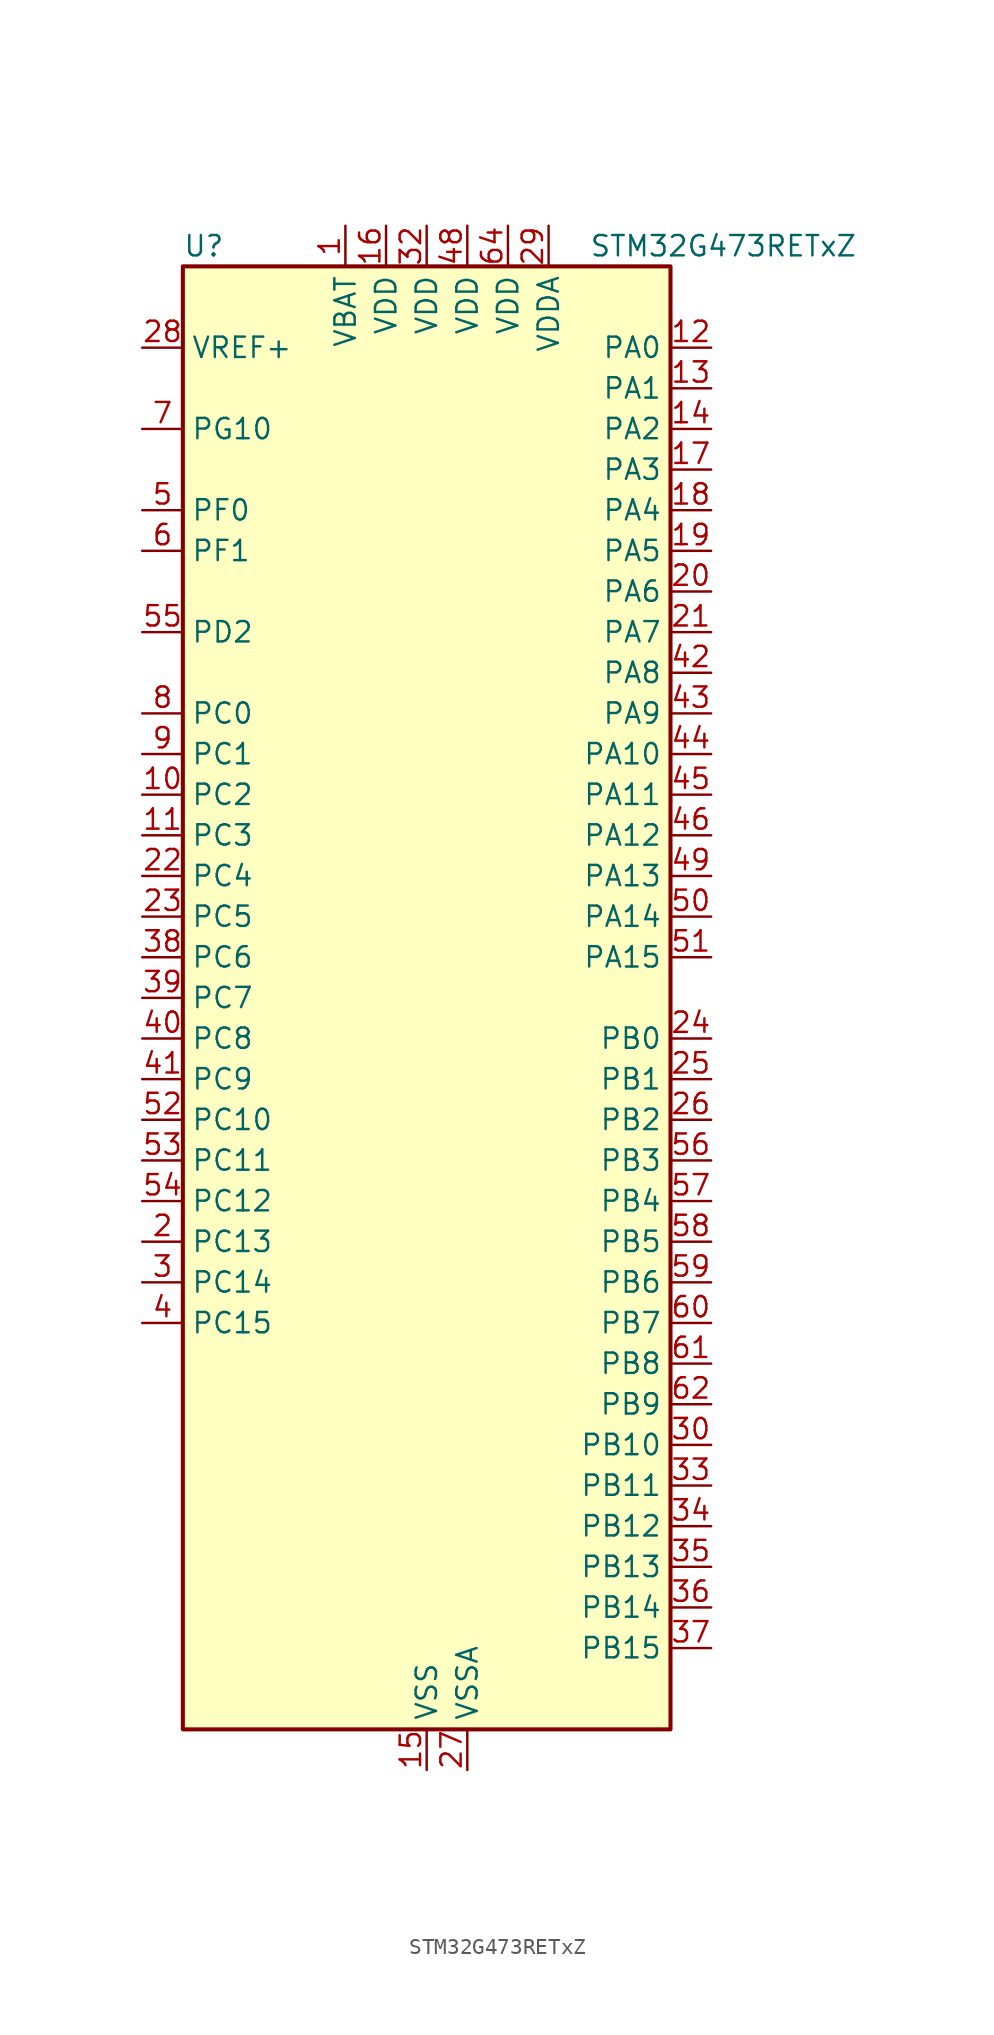
<source format=kicad_sym>
(kicad_symbol_lib
  (version 20241209)
  (generator "kicad_symbol_editor")
  (generator_version "9.0")
  (symbol "STM32G473RETxZ"
    (property "Reference" "U"
      (at -15.24 46.99 0)
      (effects (font (size 1.27 1.27)) (justify left)))
    (property "Value" "STM32G473RETxZ"
      (at 10.16 46.99 0)
      (effects (font (size 1.27 1.27)) (justify left)))
    (symbol "STM32G473RETxZ_0_1"
      (rectangle (start -15.24 -45.72) (end 15.24 45.72) (stroke (width 0.254) (type default)) (fill (type background))))
    (symbol "STM32G473RETxZ_1_1"
      (pin input line (at -17.78 40.64 0) (length 2.54) (name "VREF+" (effects (font (size 1.27 1.27)))) (number "28" (effects (font (size 1.27 1.27)))) (alternate "VREFBUF_OUT" bidirectional line))
      (pin bidirectional line (at -17.78 35.56 0) (length 2.54) (name "PG10" (effects (font (size 1.27 1.27)))) (number "7" (effects (font (size 1.27 1.27)))) (alternate "DAC1_EXTI10" bidirectional line) (alternate "DAC2_EXTI10" bidirectional line) (alternate "DAC3_EXTI10" bidirectional line) (alternate "DAC4_EXTI10" bidirectional line) (alternate "RCC_MCO" bidirectional line))
      (pin bidirectional line (at -17.78 30.48 0) (length 2.54) (name "PF0" (effects (font (size 1.27 1.27)))) (number "5" (effects (font (size 1.27 1.27)))) (alternate "ADC1_IN10" bidirectional line) (alternate "I2C2_SDA" bidirectional line) (alternate "I2S2_WS" bidirectional line) (alternate "RCC_OSC_IN" bidirectional line) (alternate "SPI2_NSS" bidirectional line) (alternate "TIM1_CH3N" bidirectional line))
      (pin bidirectional line (at -17.78 27.94 0) (length 2.54) (name "PF1" (effects (font (size 1.27 1.27)))) (number "6" (effects (font (size 1.27 1.27)))) (alternate "ADC2_IN10" bidirectional line) (alternate "COMP3_INM" bidirectional line) (alternate "I2S2_CK" bidirectional line) (alternate "RCC_OSC_OUT" bidirectional line) (alternate "SPI2_SCK" bidirectional line))
      (pin bidirectional line (at -17.78 22.86 0) (length 2.54) (name "PD2" (effects (font (size 1.27 1.27)))) (number "55" (effects (font (size 1.27 1.27)))) (alternate "ADC3_EXTI2" bidirectional line) (alternate "ADC4_EXTI2" bidirectional line) (alternate "ADC5_EXTI2" bidirectional line) (alternate "TIM3_ETR" bidirectional line) (alternate "TIM8_BKIN" bidirectional line) (alternate "UART5_RX" bidirectional line))
      (pin bidirectional line (at -17.78 17.78 0) (length 2.54) (name "PC0" (effects (font (size 1.27 1.27)))) (number "8" (effects (font (size 1.27 1.27)))) (alternate "ADC1_IN6" bidirectional line) (alternate "ADC2_IN6" bidirectional line) (alternate "COMP3_INM" bidirectional line) (alternate "LPTIM1_IN1" bidirectional line) (alternate "LPUART1_RX" bidirectional line) (alternate "TIM1_CH1" bidirectional line))
      (pin bidirectional line (at -17.78 15.24 0) (length 2.54) (name "PC1" (effects (font (size 1.27 1.27)))) (number "9" (effects (font (size 1.27 1.27)))) (alternate "ADC1_IN7" bidirectional line) (alternate "ADC2_IN7" bidirectional line) (alternate "COMP3_INP" bidirectional line) (alternate "LPTIM1_OUT" bidirectional line) (alternate "LPUART1_TX" bidirectional line) (alternate "QUADSPI1_BK2_IO0" bidirectional line) (alternate "SAI1_SD_A" bidirectional line) (alternate "TIM1_CH2" bidirectional line))
      (pin bidirectional line (at -17.78 12.7 0) (length 2.54) (name "PC2" (effects (font (size 1.27 1.27)))) (number "10" (effects (font (size 1.27 1.27)))) (alternate "ADC1_IN8" bidirectional line) (alternate "ADC2_IN8" bidirectional line) (alternate "ADC3_EXTI2" bidirectional line) (alternate "ADC4_EXTI2" bidirectional line) (alternate "ADC5_EXTI2" bidirectional line) (alternate "COMP3_OUT" bidirectional line) (alternate "LPTIM1_IN2" bidirectional line) (alternate "QUADSPI1_BK2_IO1" bidirectional line) (alternate "TIM1_CH3" bidirectional line) (alternate "TIM20_CH2" bidirectional line))
      (pin bidirectional line (at -17.78 10.16 0) (length 2.54) (name "PC3" (effects (font (size 1.27 1.27)))) (number "11" (effects (font (size 1.27 1.27)))) (alternate "ADC1_IN9" bidirectional line) (alternate "ADC2_IN9" bidirectional line) (alternate "ADC3_EXTI3" bidirectional line) (alternate "ADC4_EXTI3" bidirectional line) (alternate "ADC5_EXTI3" bidirectional line) (alternate "LPTIM1_ETR" bidirectional line) (alternate "OPAMP5_VINP" bidirectional line) (alternate "OPAMP5_VINP_SEC" bidirectional line) (alternate "QUADSPI1_BK2_IO2" bidirectional line) (alternate "SAI1_D1" bidirectional line) (alternate "SAI1_SD_A" bidirectional line) (alternate "TIM1_BKIN2" bidirectional line) (alternate "TIM1_CH4" bidirectional line))
      (pin bidirectional line (at -17.78 7.62 0) (length 2.54) (name "PC4" (effects (font (size 1.27 1.27)))) (number "22" (effects (font (size 1.27 1.27)))) (alternate "ADC2_IN5" bidirectional line) (alternate "I2C2_SCL" bidirectional line) (alternate "QUADSPI1_BK2_IO3" bidirectional line) (alternate "TIM1_ETR" bidirectional line) (alternate "USART1_TX" bidirectional line))
      (pin bidirectional line (at -17.78 5.08 0) (length 2.54) (name "PC5" (effects (font (size 1.27 1.27)))) (number "23" (effects (font (size 1.27 1.27)))) (alternate "ADC2_IN11" bidirectional line) (alternate "OPAMP1_VINM" bidirectional line) (alternate "OPAMP1_VINM1" bidirectional line) (alternate "OPAMP1_VINM_SEC" bidirectional line) (alternate "OPAMP2_VINM" bidirectional line) (alternate "OPAMP2_VINM1" bidirectional line) (alternate "OPAMP2_VINM_SEC" bidirectional line) (alternate "SAI1_D3" bidirectional line) (alternate "SYS_WKUP5" bidirectional line) (alternate "TIM15_BKIN" bidirectional line) (alternate "TIM1_CH4N" bidirectional line) (alternate "USART1_RX" bidirectional line))
      (pin bidirectional line (at -17.78 2.54 0) (length 2.54) (name "PC6" (effects (font (size 1.27 1.27)))) (number "38" (effects (font (size 1.27 1.27)))) (alternate "COMP6_OUT" bidirectional line) (alternate "I2C4_SCL" bidirectional line) (alternate "I2S2_MCK" bidirectional line) (alternate "TIM3_CH1" bidirectional line) (alternate "TIM8_CH1" bidirectional line))
      (pin bidirectional line (at -17.78 0 0) (length 2.54) (name "PC7" (effects (font (size 1.27 1.27)))) (number "39" (effects (font (size 1.27 1.27)))) (alternate "COMP5_OUT" bidirectional line) (alternate "I2C4_SDA" bidirectional line) (alternate "I2S3_MCK" bidirectional line) (alternate "TIM3_CH2" bidirectional line) (alternate "TIM8_CH2" bidirectional line))
      (pin bidirectional line (at -17.78 -2.54 0) (length 2.54) (name "PC8" (effects (font (size 1.27 1.27)))) (number "40" (effects (font (size 1.27 1.27)))) (alternate "COMP7_OUT" bidirectional line) (alternate "I2C3_SCL" bidirectional line) (alternate "TIM20_CH3" bidirectional line) (alternate "TIM3_CH3" bidirectional line) (alternate "TIM8_CH3" bidirectional line))
      (pin bidirectional line (at -17.78 -5.08 0) (length 2.54) (name "PC9" (effects (font (size 1.27 1.27)))) (number "41" (effects (font (size 1.27 1.27)))) (alternate "DAC1_EXTI9" bidirectional line) (alternate "DAC2_EXTI9" bidirectional line) (alternate "DAC3_EXTI9" bidirectional line) (alternate "DAC4_EXTI9" bidirectional line) (alternate "I2C3_SDA" bidirectional line) (alternate "I2S_CKIN" bidirectional line) (alternate "TIM3_CH4" bidirectional line) (alternate "TIM8_BKIN2" bidirectional line) (alternate "TIM8_CH4" bidirectional line))
      (pin bidirectional line (at -17.78 -7.62 0) (length 2.54) (name "PC10" (effects (font (size 1.27 1.27)))) (number "52" (effects (font (size 1.27 1.27)))) (alternate "DAC1_EXTI10" bidirectional line) (alternate "DAC2_EXTI10" bidirectional line) (alternate "DAC3_EXTI10" bidirectional line) (alternate "DAC4_EXTI10" bidirectional line) (alternate "I2S3_CK" bidirectional line) (alternate "SPI3_SCK" bidirectional line) (alternate "TIM8_CH1N" bidirectional line) (alternate "UART4_TX" bidirectional line) (alternate "USART3_TX" bidirectional line))
      (pin bidirectional line (at -17.78 -10.16 0) (length 2.54) (name "PC11" (effects (font (size 1.27 1.27)))) (number "53" (effects (font (size 1.27 1.27)))) (alternate "ADC1_EXTI11" bidirectional line) (alternate "ADC2_EXTI11" bidirectional line) (alternate "I2C3_SDA" bidirectional line) (alternate "SPI3_MISO" bidirectional line) (alternate "TIM8_CH2N" bidirectional line) (alternate "UART4_RX" bidirectional line) (alternate "USART3_RX" bidirectional line))
      (pin bidirectional line (at -17.78 -12.7 0) (length 2.54) (name "PC12" (effects (font (size 1.27 1.27)))) (number "54" (effects (font (size 1.27 1.27)))) (alternate "I2S3_SD" bidirectional line) (alternate "SPI3_MOSI" bidirectional line) (alternate "TIM5_CH2" bidirectional line) (alternate "TIM8_CH3N" bidirectional line) (alternate "UART5_TX" bidirectional line) (alternate "UCPD1_FRSTX1" bidirectional line) (alternate "UCPD1_FRSTX2" bidirectional line) (alternate "USART3_CK" bidirectional line))
      (pin bidirectional line (at -17.78 -15.24 0) (length 2.54) (name "PC13" (effects (font (size 1.27 1.27)))) (number "2" (effects (font (size 1.27 1.27)))) (alternate "RTC_OUT1" bidirectional line) (alternate "RTC_TAMP1" bidirectional line) (alternate "RTC_TS" bidirectional line) (alternate "SYS_WKUP2" bidirectional line) (alternate "TIM1_BKIN" bidirectional line) (alternate "TIM1_CH1N" bidirectional line) (alternate "TIM8_CH4N" bidirectional line))
      (pin bidirectional line (at -17.78 -17.78 0) (length 2.54) (name "PC14" (effects (font (size 1.27 1.27)))) (number "3" (effects (font (size 1.27 1.27)))) (alternate "RCC_OSC32_IN" bidirectional line))
      (pin bidirectional line (at -17.78 -20.32 0) (length 2.54) (name "PC15" (effects (font (size 1.27 1.27)))) (number "4" (effects (font (size 1.27 1.27)))) (alternate "ADC1_EXTI15" bidirectional line) (alternate "ADC2_EXTI15" bidirectional line) (alternate "RCC_OSC32_OUT" bidirectional line))
      (pin power_in line (at -5.08 48.26 270) (length 2.54) (name "VBAT" (effects (font (size 1.27 1.27)))) (number "1" (effects (font (size 1.27 1.27)))))
      (pin power_in line (at -2.54 48.26 270) (length 2.54) (name "VDD" (effects (font (size 1.27 1.27)))) (number "16" (effects (font (size 1.27 1.27)))))
      (pin power_in line (at 0 48.26 270) (length 2.54) (name "VDD" (effects (font (size 1.27 1.27)))) (number "32" (effects (font (size 1.27 1.27)))))
      (pin power_in line (at 0 -48.26 90) (length 2.54) (name "VSS" (effects (font (size 1.27 1.27)))) (number "15" (effects (font (size 1.27 1.27)))))
      (pin passive line (at 0 -48.26 90) (length 2.54) (hide yes) (name "VSS" (effects (font (size 1.27 1.27)))) (number "31" (effects (font (size 1.27 1.27)))))
      (pin passive line (at 0 -48.26 90) (length 2.54) (hide yes) (name "VSS" (effects (font (size 1.27 1.27)))) (number "47" (effects (font (size 1.27 1.27)))))
      (pin passive line (at 0 -48.26 90) (length 2.54) (hide yes) (name "VSS" (effects (font (size 1.27 1.27)))) (number "63" (effects (font (size 1.27 1.27)))))
      (pin power_in line (at 2.54 48.26 270) (length 2.54) (name "VDD" (effects (font (size 1.27 1.27)))) (number "48" (effects (font (size 1.27 1.27)))))
      (pin power_in line (at 2.54 -48.26 90) (length 2.54) (name "VSSA" (effects (font (size 1.27 1.27)))) (number "27" (effects (font (size 1.27 1.27)))))
      (pin power_in line (at 5.08 48.26 270) (length 2.54) (name "VDD" (effects (font (size 1.27 1.27)))) (number "64" (effects (font (size 1.27 1.27)))))
      (pin power_in line (at 7.62 48.26 270) (length 2.54) (name "VDDA" (effects (font (size 1.27 1.27)))) (number "29" (effects (font (size 1.27 1.27)))))
      (pin bidirectional line (at 17.78 40.64 180) (length 2.54) (name "PA0" (effects (font (size 1.27 1.27)))) (number "12" (effects (font (size 1.27 1.27)))) (alternate "ADC1_IN1" bidirectional line) (alternate "ADC2_IN1" bidirectional line) (alternate "COMP1_INM" bidirectional line) (alternate "COMP1_OUT" bidirectional line) (alternate "COMP3_INP" bidirectional line) (alternate "RTC_TAMP2" bidirectional line) (alternate "SYS_WKUP1" bidirectional line) (alternate "TIM2_CH1" bidirectional line) (alternate "TIM2_ETR" bidirectional line) (alternate "TIM5_CH1" bidirectional line) (alternate "TIM8_BKIN" bidirectional line) (alternate "TIM8_ETR" bidirectional line) (alternate "USART2_CTS" bidirectional line) (alternate "USART2_NSS" bidirectional line))
      (pin bidirectional line (at 17.78 38.1 180) (length 2.54) (name "PA1" (effects (font (size 1.27 1.27)))) (number "13" (effects (font (size 1.27 1.27)))) (alternate "ADC1_IN2" bidirectional line) (alternate "ADC2_IN2" bidirectional line) (alternate "COMP1_INP" bidirectional line) (alternate "OPAMP1_VINP" bidirectional line) (alternate "OPAMP1_VINP_SEC" bidirectional line) (alternate "OPAMP3_VINP" bidirectional line) (alternate "OPAMP3_VINP_SEC" bidirectional line) (alternate "OPAMP6_VINM" bidirectional line) (alternate "OPAMP6_VINM0" bidirectional line) (alternate "OPAMP6_VINM_SEC" bidirectional line) (alternate "RTC_REFIN" bidirectional line) (alternate "TIM15_CH1N" bidirectional line) (alternate "TIM2_CH2" bidirectional line) (alternate "TIM5_CH2" bidirectional line) (alternate "USART2_DE" bidirectional line) (alternate "USART2_RTS" bidirectional line))
      (pin bidirectional line (at 17.78 35.56 180) (length 2.54) (name "PA2" (effects (font (size 1.27 1.27)))) (number "14" (effects (font (size 1.27 1.27)))) (alternate "ADC1_IN3" bidirectional line) (alternate "ADC3_EXTI2" bidirectional line) (alternate "ADC4_EXTI2" bidirectional line) (alternate "ADC5_EXTI2" bidirectional line) (alternate "COMP2_INM" bidirectional line) (alternate "COMP2_OUT" bidirectional line) (alternate "LPUART1_TX" bidirectional line) (alternate "OPAMP1_VOUT" bidirectional line) (alternate "QUADSPI1_BK1_NCS" bidirectional line) (alternate "RCC_LSCO" bidirectional line) (alternate "SYS_WKUP4" bidirectional line) (alternate "TIM15_CH1" bidirectional line) (alternate "TIM2_CH3" bidirectional line) (alternate "TIM5_CH3" bidirectional line) (alternate "UCPD1_FRSTX1" bidirectional line) (alternate "UCPD1_FRSTX2" bidirectional line) (alternate "USART2_TX" bidirectional line))
      (pin bidirectional line (at 17.78 33.02 180) (length 2.54) (name "PA3" (effects (font (size 1.27 1.27)))) (number "17" (effects (font (size 1.27 1.27)))) (alternate "ADC1_IN4" bidirectional line) (alternate "ADC3_EXTI3" bidirectional line) (alternate "ADC4_EXTI3" bidirectional line) (alternate "ADC5_EXTI3" bidirectional line) (alternate "COMP2_INP" bidirectional line) (alternate "LPUART1_RX" bidirectional line) (alternate "OPAMP1_VINM" bidirectional line) (alternate "OPAMP1_VINM0" bidirectional line) (alternate "OPAMP1_VINM_SEC" bidirectional line) (alternate "OPAMP1_VINP" bidirectional line) (alternate "OPAMP1_VINP_SEC" bidirectional line) (alternate "OPAMP5_VINM" bidirectional line) (alternate "OPAMP5_VINM1" bidirectional line) (alternate "OPAMP5_VINM_SEC" bidirectional line) (alternate "QUADSPI1_CLK" bidirectional line) (alternate "SAI1_CK1" bidirectional line) (alternate "SAI1_MCLK_A" bidirectional line) (alternate "TIM15_CH2" bidirectional line) (alternate "TIM2_CH4" bidirectional line) (alternate "TIM5_CH4" bidirectional line) (alternate "USART2_RX" bidirectional line))
      (pin bidirectional line (at 17.78 30.48 180) (length 2.54) (name "PA4" (effects (font (size 1.27 1.27)))) (number "18" (effects (font (size 1.27 1.27)))) (alternate "ADC2_IN17" bidirectional line) (alternate "COMP1_INM" bidirectional line) (alternate "DAC1_OUT1" bidirectional line) (alternate "I2S3_WS" bidirectional line) (alternate "SAI1_FS_B" bidirectional line) (alternate "SPI1_NSS" bidirectional line) (alternate "SPI3_NSS" bidirectional line) (alternate "TIM3_CH2" bidirectional line) (alternate "USART2_CK" bidirectional line))
      (pin bidirectional line (at 17.78 27.94 180) (length 2.54) (name "PA5" (effects (font (size 1.27 1.27)))) (number "19" (effects (font (size 1.27 1.27)))) (alternate "ADC2_IN13" bidirectional line) (alternate "COMP2_INM" bidirectional line) (alternate "DAC1_OUT2" bidirectional line) (alternate "OPAMP2_VINM" bidirectional line) (alternate "OPAMP2_VINM0" bidirectional line) (alternate "OPAMP2_VINM_SEC" bidirectional line) (alternate "SPI1_SCK" bidirectional line) (alternate "TIM2_CH1" bidirectional line) (alternate "TIM2_ETR" bidirectional line) (alternate "UCPD1_FRSTX1" bidirectional line) (alternate "UCPD1_FRSTX2" bidirectional line))
      (pin bidirectional line (at 17.78 25.4 180) (length 2.54) (name "PA6" (effects (font (size 1.27 1.27)))) (number "20" (effects (font (size 1.27 1.27)))) (alternate "ADC2_IN3" bidirectional line) (alternate "COMP1_OUT" bidirectional line) (alternate "DAC2_OUT1" bidirectional line) (alternate "LPUART1_CTS" bidirectional line) (alternate "OPAMP2_VOUT" bidirectional line) (alternate "QUADSPI1_BK1_IO3" bidirectional line) (alternate "SPI1_MISO" bidirectional line) (alternate "TIM16_CH1" bidirectional line) (alternate "TIM1_BKIN" bidirectional line) (alternate "TIM3_CH1" bidirectional line) (alternate "TIM8_BKIN" bidirectional line))
      (pin bidirectional line (at 17.78 22.86 180) (length 2.54) (name "PA7" (effects (font (size 1.27 1.27)))) (number "21" (effects (font (size 1.27 1.27)))) (alternate "ADC2_IN4" bidirectional line) (alternate "COMP2_INP" bidirectional line) (alternate "COMP2_OUT" bidirectional line) (alternate "OPAMP1_VINP" bidirectional line) (alternate "OPAMP1_VINP_SEC" bidirectional line) (alternate "OPAMP2_VINP" bidirectional line) (alternate "OPAMP2_VINP_SEC" bidirectional line) (alternate "QUADSPI1_BK1_IO2" bidirectional line) (alternate "SPI1_MOSI" bidirectional line) (alternate "TIM17_CH1" bidirectional line) (alternate "TIM1_CH1N" bidirectional line) (alternate "TIM3_CH2" bidirectional line) (alternate "TIM8_CH1N" bidirectional line) (alternate "UCPD1_FRSTX1" bidirectional line) (alternate "UCPD1_FRSTX2" bidirectional line))
      (pin bidirectional line (at 17.78 20.32 180) (length 2.54) (name "PA8" (effects (font (size 1.27 1.27)))) (number "42" (effects (font (size 1.27 1.27)))) (alternate "ADC5_IN1" bidirectional line) (alternate "COMP7_OUT" bidirectional line) (alternate "FDCAN3_RX" bidirectional line) (alternate "I2C2_SDA" bidirectional line) (alternate "I2C3_SCL" bidirectional line) (alternate "I2S2_MCK" bidirectional line) (alternate "OPAMP5_VOUT" bidirectional line) (alternate "RCC_MCO" bidirectional line) (alternate "SAI1_CK2" bidirectional line) (alternate "SAI1_SCK_A" bidirectional line) (alternate "TIM1_CH1" bidirectional line) (alternate "TIM4_ETR" bidirectional line) (alternate "USART1_CK" bidirectional line))
      (pin bidirectional line (at 17.78 17.78 180) (length 2.54) (name "PA9" (effects (font (size 1.27 1.27)))) (number "43" (effects (font (size 1.27 1.27)))) (alternate "ADC5_IN2" bidirectional line) (alternate "COMP5_OUT" bidirectional line) (alternate "DAC1_EXTI9" bidirectional line) (alternate "DAC2_EXTI9" bidirectional line) (alternate "DAC3_EXTI9" bidirectional line) (alternate "DAC4_EXTI9" bidirectional line) (alternate "I2C2_SCL" bidirectional line) (alternate "I2C3_SMBA" bidirectional line) (alternate "I2S3_MCK" bidirectional line) (alternate "SAI1_FS_A" bidirectional line) (alternate "TIM15_BKIN" bidirectional line) (alternate "TIM1_CH2" bidirectional line) (alternate "TIM2_CH3" bidirectional line) (alternate "UCPD1_DBCC1" bidirectional line) (alternate "USART1_TX" bidirectional line))
      (pin bidirectional line (at 17.78 15.24 180) (length 2.54) (name "PA10" (effects (font (size 1.27 1.27)))) (number "44" (effects (font (size 1.27 1.27)))) (alternate "COMP6_OUT" bidirectional line) (alternate "CRS_SYNC" bidirectional line) (alternate "DAC1_EXTI10" bidirectional line) (alternate "DAC2_EXTI10" bidirectional line) (alternate "DAC3_EXTI10" bidirectional line) (alternate "DAC4_EXTI10" bidirectional line) (alternate "I2C2_SMBA" bidirectional line) (alternate "SAI1_D1" bidirectional line) (alternate "SAI1_SD_A" bidirectional line) (alternate "SPI2_MISO" bidirectional line) (alternate "TIM17_BKIN" bidirectional line) (alternate "TIM1_CH3" bidirectional line) (alternate "TIM2_CH4" bidirectional line) (alternate "TIM8_BKIN" bidirectional line) (alternate "UCPD1_DBCC2" bidirectional line) (alternate "USART1_RX" bidirectional line))
      (pin bidirectional line (at 17.78 12.7 180) (length 2.54) (name "PA11" (effects (font (size 1.27 1.27)))) (number "45" (effects (font (size 1.27 1.27)))) (alternate "ADC1_EXTI11" bidirectional line) (alternate "ADC2_EXTI11" bidirectional line) (alternate "COMP1_OUT" bidirectional line) (alternate "FDCAN1_RX" bidirectional line) (alternate "I2S2_SD" bidirectional line) (alternate "SPI2_MOSI" bidirectional line) (alternate "TIM1_BKIN2" bidirectional line) (alternate "TIM1_CH1N" bidirectional line) (alternate "TIM1_CH4" bidirectional line) (alternate "TIM4_CH1" bidirectional line) (alternate "USART1_CTS" bidirectional line) (alternate "USART1_NSS" bidirectional line) (alternate "USB_DM" bidirectional line))
      (pin bidirectional line (at 17.78 10.16 180) (length 2.54) (name "PA12" (effects (font (size 1.27 1.27)))) (number "46" (effects (font (size 1.27 1.27)))) (alternate "COMP2_OUT" bidirectional line) (alternate "FDCAN1_TX" bidirectional line) (alternate "I2S_CKIN" bidirectional line) (alternate "TIM16_CH1" bidirectional line) (alternate "TIM1_CH2N" bidirectional line) (alternate "TIM1_ETR" bidirectional line) (alternate "TIM4_CH2" bidirectional line) (alternate "USART1_DE" bidirectional line) (alternate "USART1_RTS" bidirectional line) (alternate "USB_DP" bidirectional line))
      (pin bidirectional line (at 17.78 7.62 180) (length 2.54) (name "PA13" (effects (font (size 1.27 1.27)))) (number "49" (effects (font (size 1.27 1.27)))) (alternate "I2C1_SCL" bidirectional line) (alternate "I2C4_SCL" bidirectional line) (alternate "IR_OUT" bidirectional line) (alternate "SAI1_SD_B" bidirectional line) (alternate "SYS_JTMS-SWDIO" bidirectional line) (alternate "TIM16_CH1N" bidirectional line) (alternate "TIM4_CH3" bidirectional line) (alternate "USART3_CTS" bidirectional line) (alternate "USART3_NSS" bidirectional line))
      (pin bidirectional line (at 17.78 5.08 180) (length 2.54) (name "PA14" (effects (font (size 1.27 1.27)))) (number "50" (effects (font (size 1.27 1.27)))) (alternate "I2C1_SDA" bidirectional line) (alternate "I2C4_SMBA" bidirectional line) (alternate "LPTIM1_OUT" bidirectional line) (alternate "SAI1_FS_B" bidirectional line) (alternate "SYS_JTCK-SWCLK" bidirectional line) (alternate "TIM1_BKIN" bidirectional line) (alternate "TIM8_CH2" bidirectional line) (alternate "USART2_TX" bidirectional line))
      (pin bidirectional line (at 17.78 2.54 180) (length 2.54) (name "PA15" (effects (font (size 1.27 1.27)))) (number "51" (effects (font (size 1.27 1.27)))) (alternate "ADC1_EXTI15" bidirectional line) (alternate "ADC2_EXTI15" bidirectional line) (alternate "FDCAN3_TX" bidirectional line) (alternate "I2C1_SCL" bidirectional line) (alternate "I2S3_WS" bidirectional line) (alternate "SPI1_NSS" bidirectional line) (alternate "SPI3_NSS" bidirectional line) (alternate "SYS_JTDI" bidirectional line) (alternate "TIM1_BKIN" bidirectional line) (alternate "TIM2_CH1" bidirectional line) (alternate "TIM2_ETR" bidirectional line) (alternate "TIM8_CH1" bidirectional line) (alternate "UART4_DE" bidirectional line) (alternate "UART4_RTS" bidirectional line) (alternate "USART2_RX" bidirectional line))
      (pin bidirectional line (at 17.78 -2.54 180) (length 2.54) (name "PB0" (effects (font (size 1.27 1.27)))) (number "24" (effects (font (size 1.27 1.27)))) (alternate "ADC1_IN15" bidirectional line) (alternate "ADC3_IN12" bidirectional line) (alternate "COMP4_INP" bidirectional line) (alternate "OPAMP2_VINP" bidirectional line) (alternate "OPAMP2_VINP_SEC" bidirectional line) (alternate "OPAMP3_VINP" bidirectional line) (alternate "OPAMP3_VINP_SEC" bidirectional line) (alternate "QUADSPI1_BK1_IO1" bidirectional line) (alternate "TIM1_CH2N" bidirectional line) (alternate "TIM3_CH3" bidirectional line) (alternate "TIM8_CH2N" bidirectional line) (alternate "UCPD1_FRSTX1" bidirectional line) (alternate "UCPD1_FRSTX2" bidirectional line))
      (pin bidirectional line (at 17.78 -5.08 180) (length 2.54) (name "PB1" (effects (font (size 1.27 1.27)))) (number "25" (effects (font (size 1.27 1.27)))) (alternate "ADC1_IN12" bidirectional line) (alternate "ADC3_IN1" bidirectional line) (alternate "COMP1_INP" bidirectional line) (alternate "COMP4_OUT" bidirectional line) (alternate "LPUART1_DE" bidirectional line) (alternate "LPUART1_RTS" bidirectional line) (alternate "OPAMP3_VOUT" bidirectional line) (alternate "OPAMP6_VINM" bidirectional line) (alternate "OPAMP6_VINM1" bidirectional line) (alternate "OPAMP6_VINM_SEC" bidirectional line) (alternate "QUADSPI1_BK1_IO0" bidirectional line) (alternate "TIM1_CH3N" bidirectional line) (alternate "TIM3_CH4" bidirectional line) (alternate "TIM8_CH3N" bidirectional line))
      (pin bidirectional line (at 17.78 -7.62 180) (length 2.54) (name "PB2" (effects (font (size 1.27 1.27)))) (number "26" (effects (font (size 1.27 1.27)))) (alternate "ADC2_IN12" bidirectional line) (alternate "ADC3_EXTI2" bidirectional line) (alternate "ADC4_EXTI2" bidirectional line) (alternate "ADC5_EXTI2" bidirectional line) (alternate "COMP4_INM" bidirectional line) (alternate "I2C3_SMBA" bidirectional line) (alternate "LPTIM1_OUT" bidirectional line) (alternate "OPAMP3_VINM" bidirectional line) (alternate "OPAMP3_VINM0" bidirectional line) (alternate "OPAMP3_VINM_SEC" bidirectional line) (alternate "QUADSPI1_BK2_IO1" bidirectional line) (alternate "RTC_OUT2" bidirectional line) (alternate "TIM20_CH1" bidirectional line) (alternate "TIM5_CH1" bidirectional line))
      (pin bidirectional line (at 17.78 -10.16 180) (length 2.54) (name "PB3" (effects (font (size 1.27 1.27)))) (number "56" (effects (font (size 1.27 1.27)))) (alternate "ADC3_EXTI3" bidirectional line) (alternate "ADC4_EXTI3" bidirectional line) (alternate "ADC5_EXTI3" bidirectional line) (alternate "CRS_SYNC" bidirectional line) (alternate "FDCAN3_RX" bidirectional line) (alternate "I2S3_CK" bidirectional line) (alternate "SAI1_SCK_B" bidirectional line) (alternate "SPI1_SCK" bidirectional line) (alternate "SPI3_SCK" bidirectional line) (alternate "SYS_JTDO-SWO" bidirectional line) (alternate "TIM2_CH2" bidirectional line) (alternate "TIM3_ETR" bidirectional line) (alternate "TIM4_ETR" bidirectional line) (alternate "TIM8_CH1N" bidirectional line) (alternate "USART2_TX" bidirectional line))
      (pin bidirectional line (at 17.78 -12.7 180) (length 2.54) (name "PB4" (effects (font (size 1.27 1.27)))) (number "57" (effects (font (size 1.27 1.27)))) (alternate "FDCAN3_TX" bidirectional line) (alternate "SAI1_MCLK_B" bidirectional line) (alternate "SPI1_MISO" bidirectional line) (alternate "SPI3_MISO" bidirectional line) (alternate "SYS_JTRST" bidirectional line) (alternate "TIM16_CH1" bidirectional line) (alternate "TIM17_BKIN" bidirectional line) (alternate "TIM3_CH1" bidirectional line) (alternate "TIM8_CH2N" bidirectional line) (alternate "UART5_DE" bidirectional line) (alternate "UART5_RTS" bidirectional line) (alternate "UCPD1_CC2" bidirectional line) (alternate "USART2_RX" bidirectional line))
      (pin bidirectional line (at 17.78 -15.24 180) (length 2.54) (name "PB5" (effects (font (size 1.27 1.27)))) (number "58" (effects (font (size 1.27 1.27)))) (alternate "FDCAN2_RX" bidirectional line) (alternate "I2C1_SMBA" bidirectional line) (alternate "I2C3_SDA" bidirectional line) (alternate "I2S3_SD" bidirectional line) (alternate "LPTIM1_IN1" bidirectional line) (alternate "SAI1_SD_B" bidirectional line) (alternate "SPI1_MOSI" bidirectional line) (alternate "SPI3_MOSI" bidirectional line) (alternate "TIM16_BKIN" bidirectional line) (alternate "TIM17_CH1" bidirectional line) (alternate "TIM3_CH2" bidirectional line) (alternate "TIM8_CH3N" bidirectional line) (alternate "UART5_CTS" bidirectional line) (alternate "USART2_CK" bidirectional line))
      (pin bidirectional line (at 17.78 -17.78 180) (length 2.54) (name "PB6" (effects (font (size 1.27 1.27)))) (number "59" (effects (font (size 1.27 1.27)))) (alternate "COMP4_OUT" bidirectional line) (alternate "FDCAN2_TX" bidirectional line) (alternate "LPTIM1_ETR" bidirectional line) (alternate "SAI1_FS_B" bidirectional line) (alternate "TIM16_CH1N" bidirectional line) (alternate "TIM4_CH1" bidirectional line) (alternate "TIM8_BKIN2" bidirectional line) (alternate "TIM8_CH1" bidirectional line) (alternate "TIM8_ETR" bidirectional line) (alternate "UCPD1_CC1" bidirectional line) (alternate "USART1_TX" bidirectional line))
      (pin bidirectional line (at 17.78 -20.32 180) (length 2.54) (name "PB7" (effects (font (size 1.27 1.27)))) (number "60" (effects (font (size 1.27 1.27)))) (alternate "COMP3_OUT" bidirectional line) (alternate "FMC_NL" bidirectional line) (alternate "I2C1_SDA" bidirectional line) (alternate "I2C4_SDA" bidirectional line) (alternate "LPTIM1_IN2" bidirectional line) (alternate "SYS_PVD_IN" bidirectional line) (alternate "TIM17_CH1N" bidirectional line) (alternate "TIM3_CH4" bidirectional line) (alternate "TIM4_CH2" bidirectional line) (alternate "TIM8_BKIN" bidirectional line) (alternate "UART4_CTS" bidirectional line) (alternate "USART1_RX" bidirectional line))
      (pin bidirectional line (at 17.78 -22.86 180) (length 2.54) (name "PB8" (effects (font (size 1.27 1.27)))) (number "61" (effects (font (size 1.27 1.27)))) (alternate "COMP1_OUT" bidirectional line) (alternate "FDCAN1_RX" bidirectional line) (alternate "I2C1_SCL" bidirectional line) (alternate "SAI1_CK1" bidirectional line) (alternate "SAI1_MCLK_A" bidirectional line) (alternate "TIM16_CH1" bidirectional line) (alternate "TIM1_BKIN" bidirectional line) (alternate "TIM4_CH3" bidirectional line) (alternate "TIM8_CH2" bidirectional line) (alternate "USART3_RX" bidirectional line))
      (pin bidirectional line (at 17.78 -25.4 180) (length 2.54) (name "PB9" (effects (font (size 1.27 1.27)))) (number "62" (effects (font (size 1.27 1.27)))) (alternate "COMP2_OUT" bidirectional line) (alternate "DAC1_EXTI9" bidirectional line) (alternate "DAC2_EXTI9" bidirectional line) (alternate "DAC3_EXTI9" bidirectional line) (alternate "DAC4_EXTI9" bidirectional line) (alternate "FDCAN1_TX" bidirectional line) (alternate "I2C1_SDA" bidirectional line) (alternate "IR_OUT" bidirectional line) (alternate "SAI1_D2" bidirectional line) (alternate "SAI1_FS_A" bidirectional line) (alternate "TIM17_CH1" bidirectional line) (alternate "TIM1_CH3N" bidirectional line) (alternate "TIM4_CH4" bidirectional line) (alternate "TIM8_CH3" bidirectional line) (alternate "USART3_TX" bidirectional line))
      (pin bidirectional line (at 17.78 -27.94 180) (length 2.54) (name "PB10" (effects (font (size 1.27 1.27)))) (number "30" (effects (font (size 1.27 1.27)))) (alternate "COMP5_INM" bidirectional line) (alternate "DAC1_EXTI10" bidirectional line) (alternate "DAC2_EXTI10" bidirectional line) (alternate "DAC3_EXTI10" bidirectional line) (alternate "DAC4_EXTI10" bidirectional line) (alternate "LPUART1_RX" bidirectional line) (alternate "OPAMP3_VINM" bidirectional line) (alternate "OPAMP3_VINM1" bidirectional line) (alternate "OPAMP3_VINM_SEC" bidirectional line) (alternate "OPAMP4_VINM" bidirectional line) (alternate "OPAMP4_VINM0" bidirectional line) (alternate "OPAMP4_VINM_SEC" bidirectional line) (alternate "QUADSPI1_CLK" bidirectional line) (alternate "SAI1_SCK_A" bidirectional line) (alternate "TIM1_BKIN" bidirectional line) (alternate "TIM2_CH3" bidirectional line) (alternate "USART3_TX" bidirectional line))
      (pin bidirectional line (at 17.78 -30.48 180) (length 2.54) (name "PB11" (effects (font (size 1.27 1.27)))) (number "33" (effects (font (size 1.27 1.27)))) (alternate "ADC1_EXTI11" bidirectional line) (alternate "ADC1_IN14" bidirectional line) (alternate "ADC2_EXTI11" bidirectional line) (alternate "ADC2_IN14" bidirectional line) (alternate "COMP6_INP" bidirectional line) (alternate "LPUART1_TX" bidirectional line) (alternate "OPAMP4_VINP" bidirectional line) (alternate "OPAMP4_VINP_SEC" bidirectional line) (alternate "OPAMP6_VOUT" bidirectional line) (alternate "QUADSPI1_BK1_NCS" bidirectional line) (alternate "TIM2_CH4" bidirectional line) (alternate "USART3_RX" bidirectional line))
      (pin bidirectional line (at 17.78 -33.02 180) (length 2.54) (name "PB12" (effects (font (size 1.27 1.27)))) (number "34" (effects (font (size 1.27 1.27)))) (alternate "ADC1_IN11" bidirectional line) (alternate "ADC4_IN3" bidirectional line) (alternate "COMP7_INM" bidirectional line) (alternate "FDCAN2_RX" bidirectional line) (alternate "I2C2_SMBA" bidirectional line) (alternate "I2S2_WS" bidirectional line) (alternate "LPUART1_DE" bidirectional line) (alternate "LPUART1_RTS" bidirectional line) (alternate "OPAMP4_VOUT" bidirectional line) (alternate "OPAMP6_VINP" bidirectional line) (alternate "OPAMP6_VINP_SEC" bidirectional line) (alternate "SPI2_NSS" bidirectional line) (alternate "TIM1_BKIN" bidirectional line) (alternate "TIM5_ETR" bidirectional line) (alternate "USART3_CK" bidirectional line))
      (pin bidirectional line (at 17.78 -35.56 180) (length 2.54) (name "PB13" (effects (font (size 1.27 1.27)))) (number "35" (effects (font (size 1.27 1.27)))) (alternate "ADC3_IN5" bidirectional line) (alternate "COMP5_INP" bidirectional line) (alternate "FDCAN2_TX" bidirectional line) (alternate "I2S2_CK" bidirectional line) (alternate "LPUART1_CTS" bidirectional line) (alternate "OPAMP3_VINP" bidirectional line) (alternate "OPAMP3_VINP_SEC" bidirectional line) (alternate "OPAMP4_VINP" bidirectional line) (alternate "OPAMP4_VINP_SEC" bidirectional line) (alternate "OPAMP6_VINP" bidirectional line) (alternate "OPAMP6_VINP_SEC" bidirectional line) (alternate "SPI2_SCK" bidirectional line) (alternate "TIM1_CH1N" bidirectional line) (alternate "USART3_CTS" bidirectional line) (alternate "USART3_NSS" bidirectional line))
      (pin bidirectional line (at 17.78 -38.1 180) (length 2.54) (name "PB14" (effects (font (size 1.27 1.27)))) (number "36" (effects (font (size 1.27 1.27)))) (alternate "ADC1_IN5" bidirectional line) (alternate "ADC4_IN4" bidirectional line) (alternate "COMP4_OUT" bidirectional line) (alternate "COMP7_INP" bidirectional line) (alternate "OPAMP2_VINP" bidirectional line) (alternate "OPAMP2_VINP_SEC" bidirectional line) (alternate "OPAMP5_VINP" bidirectional line) (alternate "OPAMP5_VINP_SEC" bidirectional line) (alternate "SPI2_MISO" bidirectional line) (alternate "TIM15_CH1" bidirectional line) (alternate "TIM1_CH2N" bidirectional line) (alternate "USART3_DE" bidirectional line) (alternate "USART3_RTS" bidirectional line))
      (pin bidirectional line (at 17.78 -40.64 180) (length 2.54) (name "PB15" (effects (font (size 1.27 1.27)))) (number "37" (effects (font (size 1.27 1.27)))) (alternate "ADC1_EXTI15" bidirectional line) (alternate "ADC2_EXTI15" bidirectional line) (alternate "ADC2_IN15" bidirectional line) (alternate "ADC4_IN5" bidirectional line) (alternate "COMP3_OUT" bidirectional line) (alternate "COMP6_INM" bidirectional line) (alternate "I2S2_SD" bidirectional line) (alternate "OPAMP5_VINM" bidirectional line) (alternate "OPAMP5_VINM0" bidirectional line) (alternate "OPAMP5_VINM_SEC" bidirectional line) (alternate "RTC_REFIN" bidirectional line) (alternate "SPI2_MOSI" bidirectional line) (alternate "TIM15_CH1N" bidirectional line) (alternate "TIM15_CH2" bidirectional line) (alternate "TIM1_CH3N" bidirectional line)))))
</source>
